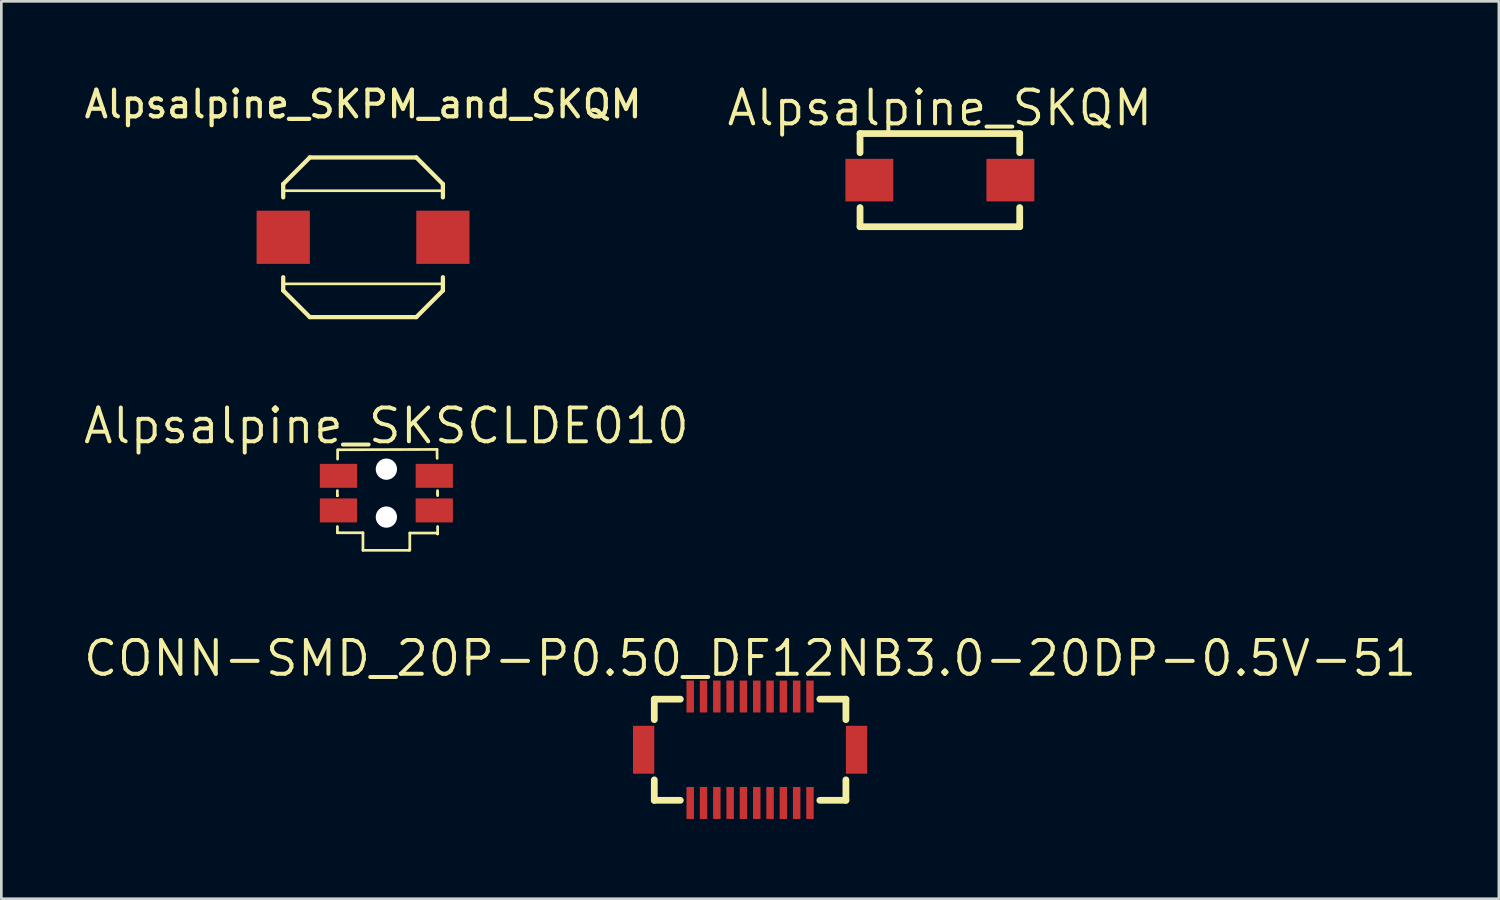
<source format=kicad_pcb>
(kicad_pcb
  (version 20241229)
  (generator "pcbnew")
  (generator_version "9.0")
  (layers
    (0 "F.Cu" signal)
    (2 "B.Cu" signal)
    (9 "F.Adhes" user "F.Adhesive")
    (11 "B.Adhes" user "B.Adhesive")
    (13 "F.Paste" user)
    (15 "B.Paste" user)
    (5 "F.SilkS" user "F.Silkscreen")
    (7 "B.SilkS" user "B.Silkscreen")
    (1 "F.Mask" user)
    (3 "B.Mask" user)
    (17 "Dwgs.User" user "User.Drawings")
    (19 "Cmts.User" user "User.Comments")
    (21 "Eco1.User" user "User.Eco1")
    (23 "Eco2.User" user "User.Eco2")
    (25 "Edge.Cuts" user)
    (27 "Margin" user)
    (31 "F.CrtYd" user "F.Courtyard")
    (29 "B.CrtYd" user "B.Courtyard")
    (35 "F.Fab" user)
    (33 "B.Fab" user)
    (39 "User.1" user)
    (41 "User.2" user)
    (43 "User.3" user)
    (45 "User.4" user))
  (footprint "Alpsalpine_SKSCLDE010"
    (layer "F.Cu")
    (at 11.468 15.479)
    (property "Reference" "Alpsalpine_SKSCLDE010" (at 0 -2.527 0) (layer "F.SilkS") (effects (font (size 1.27 1.27) (thickness 0.15))))
    (fp_line (start -1.843 0.094) (end -1.841 -0.094) (stroke (width 0.102) (type default)) (layer "F.SilkS"))
    (fp_line (start -1.843 0.094) (end -1.84 0.094) (stroke (width 0.102) (type default)) (layer "F.SilkS"))
    (fp_line (start -1.84 0.094) (end -1.84 0.094) (stroke (width 0.102) (type default)) (layer "F.SilkS"))
    (fp_line (start -1.84 1.256) (end -1.84 1.49) (stroke (width 0.102) (type default)) (layer "F.SilkS"))
    (fp_line (start -1.84 1.49) (end -0.89 1.49) (stroke (width 0.102) (type default)) (layer "F.SilkS"))
    (fp_line (start -1.833 -1.277) (end -1.831 -1.626) (stroke (width 0.102) (type default)) (layer "F.SilkS"))
    (fp_line (start -1.818 -1.629) (end 1.903 -1.642) (stroke (width 0.102) (type default)) (layer "F.SilkS"))
    (fp_line (start -0.89 1.49) (end -0.89 1.5) (stroke (width 0.102) (type default)) (layer "F.SilkS"))
    (fp_line (start -0.89 1.5) (end -0.88 1.5) (stroke (width 0.102) (type default)) (layer "F.SilkS"))
    (fp_line (start -0.88 1.5) (end -0.88 2.15) (stroke (width 0.102) (type default)) (layer "F.SilkS"))
    (fp_line (start -0.88 2.15) (end 0.87 2.15) (stroke (width 0.102) (type default)) (layer "F.SilkS"))
    (fp_line (start 0.87 2.12) (end 0.88 2.12) (stroke (width 0.102) (type default)) (layer "F.SilkS"))
    (fp_line (start 0.87 2.15) (end 0.87 2.12) (stroke (width 0.102) (type default)) (layer "F.SilkS"))
    (fp_line (start 0.88 1.5) (end 1.92 1.5) (stroke (width 0.102) (type default)) (layer "F.SilkS"))
    (fp_line (start 0.88 2.12) (end 0.88 1.5) (stroke (width 0.102) (type default)) (layer "F.SilkS"))
    (fp_line (start 1.903 -1.642) (end 1.907 -1.306) (stroke (width 0.102) (type default)) (layer "F.SilkS"))
    (fp_line (start 1.92 1.5) (end 1.92 1.53) (stroke (width 0.102) (type default)) (layer "F.SilkS"))
    (fp_line (start 1.92 1.53) (end 1.925 1.53) (stroke (width 0.102) (type default)) (layer "F.SilkS"))
    (fp_line (start 1.923 -0.094) (end 1.926 0.094) (stroke (width 0.102) (type default)) (layer "F.SilkS"))
    (fp_line (start 1.925 0.044) (end 1.925 -0.008) (stroke (width 0.102) (type default)) (layer "F.SilkS"))
    (fp_line (start 1.925 1.53) (end 1.925 1.256) (stroke (width 0.102) (type default)) (layer "F.SilkS"))
    (fp_circle (center -2.425 2.09) (end -2.395 2.09) (stroke (width 0.06) (type default)) (fill no) (layer "User.5"))
    (pad "" np_thru_hole circle (at 0 -0.9) (size 0.8 0.8) (drill 0.8) (layers "*.Cu" "*.Mask"))
    (pad "" np_thru_hole circle (at 0 0.9) (size 0.8 0.8) (drill 0.8) (layers "*.Cu" "*.Mask"))
    (pad "1" smd rect (at -1.8 0.65) (size 1.4 0.9) (layers "F.Cu" "F.Mask" "F.Paste"))
    (pad "2" smd rect (at 1.8 0.65) (size 1.4 0.9) (layers "F.Cu" "F.Mask" "F.Paste"))
    (pad "3" smd rect (at -1.8 -0.65) (size 1.4 0.9) (layers "F.Cu" "F.Mask" "F.Paste"))
    (pad "4" smd rect (at 1.8 -0.65) (size 1.4 0.9) (layers "F.Cu" "F.Mask" "F.Paste"))
    (zone (net_name "") (layer "Dwgs.User") (hatch edge 0.5) (priority 100) (connect_pads yes) (min_thickness 0) (filled_areas_thickness no) (fill yes) (polygon (pts (xy 10.578 16.959) (xy 12.338 16.959) (xy 12.358 16.959) (xy 12.358 17.64) (xy 10.578 17.64) (xy 10.578 17.619))) (filled_polygon (layer "Dwgs.User") (island) (pts (xy 10.578 16.959) (xy 12.338 16.959) (xy 12.358 16.959) (xy 12.358 17.64) (xy 10.578 17.64) (xy 10.578 17.619))))
    (zone (net_name "") (layer "User.3") (hatch edge 0.5) (priority 100) (connect_pads yes) (min_thickness 0) (filled_areas_thickness no) (fill yes) (polygon (pts (xy 13.218 16.91) (xy 13.218 14.02) (xy 9.718 14.02) (xy 9.718 16.91) (xy 10.618 16.91) (xy 10.618 17.57) (xy 12.318 17.57) (xy 12.318 16.919))) (filled_polygon (layer "User.3") (island) (pts (xy 13.218 16.91) (xy 13.218 14.02) (xy 9.718 14.02) (xy 9.718 16.91) (xy 10.618 16.91) (xy 10.618 17.57) (xy 12.318 17.57) (xy 12.318 16.919))))
    (zone (net_name "") (layer "User.4") (hatch edge 0.5) (priority 100) (connect_pads yes) (min_thickness 0) (filled_areas_thickness no) (fill yes) (polygon (pts (xy 9.043 14.479) (xy 10.043 14.479) (xy 10.043 15.18) (xy 9.043 15.18))) (filled_polygon (layer "User.4") (island) (pts (xy 9.043 14.479) (xy 10.043 14.479) (xy 10.043 15.18) (xy 9.043 15.18))))
    (zone (net_name "") (layer "User.4") (hatch edge 0.5) (priority 100) (connect_pads yes) (min_thickness 0) (filled_areas_thickness no) (fill yes) (polygon (pts (xy 9.043 15.78) (xy 10.043 15.78) (xy 10.043 16.48) (xy 9.043 16.48))) (filled_polygon (layer "User.4") (island) (pts (xy 9.043 15.78) (xy 10.043 15.78) (xy 10.043 16.48) (xy 9.043 16.48))))
    (zone (net_name "") (layer "User.4") (hatch edge 0.5) (priority 100) (connect_pads yes) (min_thickness 0) (filled_areas_thickness no) (fill yes) (polygon (pts (xy 12.893 14.479) (xy 13.893 14.479) (xy 13.893 15.18) (xy 12.893 15.18))) (filled_polygon (layer "User.4") (island) (pts (xy 12.893 14.479) (xy 13.893 14.479) (xy 13.893 15.18) (xy 12.893 15.18))))
    (zone (net_name "") (layer "User.4") (hatch edge 0.5) (priority 100) (connect_pads yes) (min_thickness 0) (filled_areas_thickness no) (fill yes) (polygon (pts (xy 12.893 15.78) (xy 13.893 15.78) (xy 13.893 16.48) (xy 12.893 16.48))) (filled_polygon (layer "User.4") (island) (pts (xy 12.893 15.78) (xy 13.893 15.78) (xy 13.893 16.48) (xy 12.893 16.48)))))
  (footprint "Alpsalpine_SKQM"
    (layer "F.Cu")
    (at 32.266 3.718)
    (property "Reference" "Alpsalpine_SKQM" (at 0 -2.712 0) (layer "F.SilkS") (effects (font (size 1.27 1.27) (thickness 0.15))))
    (fp_line (start -3 -1.75) (end -3 -1.031) (stroke (width 0.254) (type default)) (layer "F.SilkS"))
    (fp_line (start -3 -1.75) (end 3 -1.75) (stroke (width 0.254) (type default)) (layer "F.SilkS"))
    (fp_line (start -3 1.031) (end -3 1.75) (stroke (width 0.254) (type default)) (layer "F.SilkS"))
    (fp_line (start 3 -1.75) (end 3 -1.031) (stroke (width 0.254) (type default)) (layer "F.SilkS"))
    (fp_line (start 3 1.031) (end 3 1.75) (stroke (width 0.254) (type default)) (layer "F.SilkS"))
    (fp_line (start 3 1.75) (end -3 1.75) (stroke (width 0.254) (type default)) (layer "F.SilkS"))
    (fp_circle (center -3.15 1.75) (end -3.12 1.75) (stroke (width 0.06) (type default)) (fill no) (layer "User.5"))
    (pad "1" smd rect (at -2.65 0) (size 1.8 1.6) (layers "F.Cu" "F.Mask" "F.Paste"))
    (pad "2" smd rect (at 2.65 0) (size 1.8 1.6) (layers "F.Cu" "F.Mask" "F.Paste"))
    (zone (net_name "") (layer "User.3") (hatch edge 0.5) (priority 100) (connect_pads yes) (min_thickness 0) (filled_areas_thickness no) (fill yes) (polygon (pts (xy 29.266 5.468) (xy 29.266 1.968) (xy 35.266 1.968) (xy 35.266 5.468))) (filled_polygon (layer "User.3") (island) (pts (xy 29.266 5.468) (xy 29.266 1.968) (xy 35.266 1.968) (xy 35.266 5.468))))
    (zone (net_name "") (layer "User.4") (hatch edge 0.5) (priority 100) (connect_pads yes) (min_thickness 0) (filled_areas_thickness no) (fill yes) (polygon (pts (xy 29.116 3.218) (xy 30.116 3.218) (xy 30.116 4.218) (xy 29.116 4.218))) (filled_polygon (layer "User.4") (island) (pts (xy 29.116 3.218) (xy 30.116 3.218) (xy 30.116 4.218) (xy 29.116 4.218))))
    (zone (net_name "") (layer "User.4") (hatch edge 0.5) (priority 100) (connect_pads yes) (min_thickness 0) (filled_areas_thickness no) (fill yes) (polygon (pts (xy 34.416 3.218) (xy 35.416 3.218) (xy 35.416 4.218) (xy 34.416 4.218))) (filled_polygon (layer "User.4") (island) (pts (xy 34.416 3.218) (xy 35.416 3.218) (xy 35.416 4.218) (xy 34.416 4.218)))))
  (footprint "CONN-SMD_20P-P0.50_DF12NB3.0-20DP-0.5V-51"
    (layer "F.Cu")
    (at 25.135 25.122)
    (property "Reference" "CONN-SMD_20P-P0.50_DF12NB3.0-20DP-0.5V-51" (at 0 -3.435 0) (layer "F.SilkS") (effects (font (size 1.27 1.27) (thickness 0.15))))
    (fp_line (start -3.6 -1.9) (end -2.621 -1.9) (stroke (width 0.254) (type default)) (layer "F.SilkS"))
    (fp_line (start -3.6 -1.131) (end -3.6 -1.9) (stroke (width 0.254) (type default)) (layer "F.SilkS"))
    (fp_line (start -3.6 1.9) (end -3.6 1.131) (stroke (width 0.254) (type default)) (layer "F.SilkS"))
    (fp_line (start -2.621 1.9) (end -3.6 1.9) (stroke (width 0.254) (type default)) (layer "F.SilkS"))
    (fp_line (start 2.621 -1.9) (end 3.6 -1.9) (stroke (width 0.254) (type default)) (layer "F.SilkS"))
    (fp_line (start 3.6 -1.9) (end 3.6 -1.131) (stroke (width 0.254) (type default)) (layer "F.SilkS"))
    (fp_line (start 3.6 1.131) (end 3.6 1.9) (stroke (width 0.254) (type default)) (layer "F.SilkS"))
    (fp_line (start 3.6 1.9) (end 2.621 1.9) (stroke (width 0.254) (type default)) (layer "F.SilkS"))
    (fp_circle (center -4.05 2.3) (end -4.02 2.3) (stroke (width 0.06) (type default)) (fill no) (layer "User.5"))
    (pad "1" smd rect (at -2.25 2) (size 0.28 1.2) (layers "F.Cu" "F.Mask" "F.Paste"))
    (pad "2" smd rect (at -2.25 -2) (size 0.28 1.2) (layers "F.Cu" "F.Mask" "F.Paste"))
    (pad "3" smd rect (at -1.75 2) (size 0.28 1.2) (layers "F.Cu" "F.Mask" "F.Paste"))
    (pad "4" smd rect (at -1.75 -2) (size 0.28 1.2) (layers "F.Cu" "F.Mask" "F.Paste"))
    (pad "5" smd rect (at -1.25 2) (size 0.28 1.2) (layers "F.Cu" "F.Mask" "F.Paste"))
    (pad "6" smd rect (at -1.25 -2) (size 0.28 1.2) (layers "F.Cu" "F.Mask" "F.Paste"))
    (pad "7" smd rect (at -0.75 2) (size 0.28 1.2) (layers "F.Cu" "F.Mask" "F.Paste"))
    (pad "8" smd rect (at -0.75 -2) (size 0.28 1.2) (layers "F.Cu" "F.Mask" "F.Paste"))
    (pad "9" smd rect (at -0.25 2) (size 0.28 1.2) (layers "F.Cu" "F.Mask" "F.Paste"))
    (pad "10" smd rect (at -0.25 -2) (size 0.28 1.2) (layers "F.Cu" "F.Mask" "F.Paste"))
    (pad "11" smd rect (at 0.25 2) (size 0.28 1.2) (layers "F.Cu" "F.Mask" "F.Paste"))
    (pad "12" smd rect (at 0.25 -2) (size 0.28 1.2) (layers "F.Cu" "F.Mask" "F.Paste"))
    (pad "13" smd rect (at 0.75 2) (size 0.28 1.2) (layers "F.Cu" "F.Mask" "F.Paste"))
    (pad "14" smd rect (at 0.75 -2) (size 0.28 1.2) (layers "F.Cu" "F.Mask" "F.Paste"))
    (pad "15" smd rect (at 1.25 2) (size 0.28 1.2) (layers "F.Cu" "F.Mask" "F.Paste"))
    (pad "16" smd rect (at 1.25 -2) (size 0.28 1.2) (layers "F.Cu" "F.Mask" "F.Paste"))
    (pad "17" smd rect (at 1.75 2) (size 0.28 1.2) (layers "F.Cu" "F.Mask" "F.Paste"))
    (pad "18" smd rect (at 1.75 -2) (size 0.28 1.2) (layers "F.Cu" "F.Mask" "F.Paste"))
    (pad "19" smd rect (at 2.25 2) (size 0.28 1.2) (layers "F.Cu" "F.Mask" "F.Paste"))
    (pad "20" smd rect (at 2.25 -2) (size 0.28 1.2) (layers "F.Cu" "F.Mask" "F.Paste"))
    (pad "21" smd rect (at 4 0) (size 0.8 1.8) (layers "F.Cu" "F.Mask" "F.Paste"))
    (pad "22" smd rect (at -4 0) (size 0.8 1.8) (layers "F.Cu" "F.Mask" "F.Paste"))
    (zone (net_name "") (layer "User.3") (hatch edge 0.5) (priority 100) (connect_pads yes) (min_thickness 0) (filled_areas_thickness no) (fill yes) (polygon (pts (xy 21.535 27.021) (xy 21.535 23.221) (xy 28.735 23.221) (xy 28.735 27.021))) (filled_polygon (layer "User.3") (island) (pts (xy 21.535 27.021) (xy 21.535 23.221) (xy 28.735 23.221) (xy 28.735 27.021))))
    (zone (net_name "") (layer "User.4") (hatch edge 0.5) (priority 100) (connect_pads yes) (min_thickness 0) (filled_areas_thickness no) (fill yes) (polygon (pts (xy 21.085 24.372) (xy 21.585 24.372) (xy 21.585 25.872) (xy 21.085 25.872))) (filled_polygon (layer "User.4") (island) (pts (xy 21.085 24.372) (xy 21.585 24.372) (xy 21.585 25.872) (xy 21.085 25.872))))
    (zone (net_name "") (layer "User.4") (hatch edge 0.5) (priority 100) (connect_pads yes) (min_thickness 0) (filled_areas_thickness no) (fill yes) (polygon (pts (xy 22.76 22.822) (xy 23.01 22.822) (xy 23.01 23.622) (xy 22.76 23.622))) (filled_polygon (layer "User.4") (island) (pts (xy 22.76 22.822) (xy 23.01 22.822) (xy 23.01 23.622) (xy 22.76 23.622))))
    (zone (net_name "") (layer "User.4") (hatch edge 0.5) (priority 100) (connect_pads yes) (min_thickness 0) (filled_areas_thickness no) (fill yes) (polygon (pts (xy 22.76 26.622) (xy 23.01 26.622) (xy 23.01 27.422) (xy 22.76 27.422))) (filled_polygon (layer "User.4") (island) (pts (xy 22.76 26.622) (xy 23.01 26.622) (xy 23.01 27.422) (xy 22.76 27.422))))
    (zone (net_name "") (layer "User.4") (hatch edge 0.5) (priority 100) (connect_pads yes) (min_thickness 0) (filled_areas_thickness no) (fill yes) (polygon (pts (xy 23.26 22.822) (xy 23.51 22.822) (xy 23.51 23.622) (xy 23.26 23.622))) (filled_polygon (layer "User.4") (island) (pts (xy 23.26 22.822) (xy 23.51 22.822) (xy 23.51 23.622) (xy 23.26 23.622))))
    (zone (net_name "") (layer "User.4") (hatch edge 0.5) (priority 100) (connect_pads yes) (min_thickness 0) (filled_areas_thickness no) (fill yes) (polygon (pts (xy 23.26 26.622) (xy 23.51 26.622) (xy 23.51 27.422) (xy 23.26 27.422))) (filled_polygon (layer "User.4") (island) (pts (xy 23.26 26.622) (xy 23.51 26.622) (xy 23.51 27.422) (xy 23.26 27.422))))
    (zone (net_name "") (layer "User.4") (hatch edge 0.5) (priority 100) (connect_pads yes) (min_thickness 0) (filled_areas_thickness no) (fill yes) (polygon (pts (xy 23.76 22.822) (xy 24.01 22.822) (xy 24.01 23.622) (xy 23.76 23.622))) (filled_polygon (layer "User.4") (island) (pts (xy 23.76 22.822) (xy 24.01 22.822) (xy 24.01 23.622) (xy 23.76 23.622))))
    (zone (net_name "") (layer "User.4") (hatch edge 0.5) (priority 100) (connect_pads yes) (min_thickness 0) (filled_areas_thickness no) (fill yes) (polygon (pts (xy 23.76 26.622) (xy 24.01 26.622) (xy 24.01 27.422) (xy 23.76 27.422))) (filled_polygon (layer "User.4") (island) (pts (xy 23.76 26.622) (xy 24.01 26.622) (xy 24.01 27.422) (xy 23.76 27.422))))
    (zone (net_name "") (layer "User.4") (hatch edge 0.5) (priority 100) (connect_pads yes) (min_thickness 0) (filled_areas_thickness no) (fill yes) (polygon (pts (xy 24.26 22.822) (xy 24.51 22.822) (xy 24.51 23.622) (xy 24.26 23.622))) (filled_polygon (layer "User.4") (island) (pts (xy 24.26 22.822) (xy 24.51 22.822) (xy 24.51 23.622) (xy 24.26 23.622))))
    (zone (net_name "") (layer "User.4") (hatch edge 0.5) (priority 100) (connect_pads yes) (min_thickness 0) (filled_areas_thickness no) (fill yes) (polygon (pts (xy 24.26 26.622) (xy 24.51 26.622) (xy 24.51 27.422) (xy 24.26 27.422))) (filled_polygon (layer "User.4") (island) (pts (xy 24.26 26.622) (xy 24.51 26.622) (xy 24.51 27.422) (xy 24.26 27.422))))
    (zone (net_name "") (layer "User.4") (hatch edge 0.5) (priority 100) (connect_pads yes) (min_thickness 0) (filled_areas_thickness no) (fill yes) (polygon (pts (xy 24.76 22.822) (xy 25.01 22.822) (xy 25.01 23.622) (xy 24.76 23.622))) (filled_polygon (layer "User.4") (island) (pts (xy 24.76 22.822) (xy 25.01 22.822) (xy 25.01 23.622) (xy 24.76 23.622))))
    (zone (net_name "") (layer "User.4") (hatch edge 0.5) (priority 100) (connect_pads yes) (min_thickness 0) (filled_areas_thickness no) (fill yes) (polygon (pts (xy 24.76 26.622) (xy 25.01 26.622) (xy 25.01 27.422) (xy 24.76 27.422))) (filled_polygon (layer "User.4") (island) (pts (xy 24.76 26.622) (xy 25.01 26.622) (xy 25.01 27.422) (xy 24.76 27.422))))
    (zone (net_name "") (layer "User.4") (hatch edge 0.5) (priority 100) (connect_pads yes) (min_thickness 0) (filled_areas_thickness no) (fill yes) (polygon (pts (xy 25.26 22.822) (xy 25.51 22.822) (xy 25.51 23.622) (xy 25.26 23.622))) (filled_polygon (layer "User.4") (island) (pts (xy 25.26 22.822) (xy 25.51 22.822) (xy 25.51 23.622) (xy 25.26 23.622))))
    (zone (net_name "") (layer "User.4") (hatch edge 0.5) (priority 100) (connect_pads yes) (min_thickness 0) (filled_areas_thickness no) (fill yes) (polygon (pts (xy 25.26 26.622) (xy 25.51 26.622) (xy 25.51 27.422) (xy 25.26 27.422))) (filled_polygon (layer "User.4") (island) (pts (xy 25.26 26.622) (xy 25.51 26.622) (xy 25.51 27.422) (xy 25.26 27.422))))
    (zone (net_name "") (layer "User.4") (hatch edge 0.5) (priority 100) (connect_pads yes) (min_thickness 0) (filled_areas_thickness no) (fill yes) (polygon (pts (xy 25.76 22.822) (xy 26.01 22.822) (xy 26.01 23.622) (xy 25.76 23.622))) (filled_polygon (layer "User.4") (island) (pts (xy 25.76 22.822) (xy 26.01 22.822) (xy 26.01 23.622) (xy 25.76 23.622))))
    (zone (net_name "") (layer "User.4") (hatch edge 0.5) (priority 100) (connect_pads yes) (min_thickness 0) (filled_areas_thickness no) (fill yes) (polygon (pts (xy 25.76 26.622) (xy 26.01 26.622) (xy 26.01 27.422) (xy 25.76 27.422))) (filled_polygon (layer "User.4") (island) (pts (xy 25.76 26.622) (xy 26.01 26.622) (xy 26.01 27.422) (xy 25.76 27.422))))
    (zone (net_name "") (layer "User.4") (hatch edge 0.5) (priority 100) (connect_pads yes) (min_thickness 0) (filled_areas_thickness no) (fill yes) (polygon (pts (xy 26.26 22.822) (xy 26.51 22.822) (xy 26.51 23.622) (xy 26.26 23.622))) (filled_polygon (layer "User.4") (island) (pts (xy 26.26 22.822) (xy 26.51 22.822) (xy 26.51 23.622) (xy 26.26 23.622))))
    (zone (net_name "") (layer "User.4") (hatch edge 0.5) (priority 100) (connect_pads yes) (min_thickness 0) (filled_areas_thickness no) (fill yes) (polygon (pts (xy 26.26 26.622) (xy 26.51 26.622) (xy 26.51 27.422) (xy 26.26 27.422))) (filled_polygon (layer "User.4") (island) (pts (xy 26.26 26.622) (xy 26.51 26.622) (xy 26.51 27.422) (xy 26.26 27.422))))
    (zone (net_name "") (layer "User.4") (hatch edge 0.5) (priority 100) (connect_pads yes) (min_thickness 0) (filled_areas_thickness no) (fill yes) (polygon (pts (xy 26.76 22.822) (xy 27.01 22.822) (xy 27.01 23.622) (xy 26.76 23.622))) (filled_polygon (layer "User.4") (island) (pts (xy 26.76 22.822) (xy 27.01 22.822) (xy 27.01 23.622) (xy 26.76 23.622))))
    (zone (net_name "") (layer "User.4") (hatch edge 0.5) (priority 100) (connect_pads yes) (min_thickness 0) (filled_areas_thickness no) (fill yes) (polygon (pts (xy 26.76 26.622) (xy 27.01 26.622) (xy 27.01 27.422) (xy 26.76 27.422))) (filled_polygon (layer "User.4") (island) (pts (xy 26.76 26.622) (xy 27.01 26.622) (xy 27.01 27.422) (xy 26.76 27.422))))
    (zone (net_name "") (layer "User.4") (hatch edge 0.5) (priority 100) (connect_pads yes) (min_thickness 0) (filled_areas_thickness no) (fill yes) (polygon (pts (xy 27.26 22.822) (xy 27.51 22.822) (xy 27.51 23.622) (xy 27.26 23.622))) (filled_polygon (layer "User.4") (island) (pts (xy 27.26 22.822) (xy 27.51 22.822) (xy 27.51 23.622) (xy 27.26 23.622))))
    (zone (net_name "") (layer "User.4") (hatch edge 0.5) (priority 100) (connect_pads yes) (min_thickness 0) (filled_areas_thickness no) (fill yes) (polygon (pts (xy 27.26 26.622) (xy 27.51 26.622) (xy 27.51 27.422) (xy 27.26 27.422))) (filled_polygon (layer "User.4") (island) (pts (xy 27.26 26.622) (xy 27.51 26.622) (xy 27.51 27.422) (xy 27.26 27.422))))
    (zone (net_name "") (layer "User.4") (hatch edge 0.5) (priority 100) (connect_pads yes) (min_thickness 0) (filled_areas_thickness no) (fill yes) (polygon (pts (xy 28.685 24.372) (xy 29.185 24.372) (xy 29.185 25.872) (xy 28.685 25.872))) (filled_polygon (layer "User.4") (island) (pts (xy 28.685 24.372) (xy 29.185 24.372) (xy 29.185 25.872) (xy 28.685 25.872)))))
  (footprint "Alpsalpine_SKPM_and_SKQM"
    (layer "F.Cu")
    (at 10.592 5.866)
    (property "Reference" "Alpsalpine_SKPM_and_SKQM" (at 0 -5 0) (layer "F.SilkS") (effects (font (size 1 1) (thickness 0.16))))
    (attr smd)
    (fp_line (start -3 -2) (end -2 -3) (stroke (width 0.16) (type solid)) (layer "F.SilkS"))
    (fp_line (start -3 -1.75) (end 3 -1.75) (stroke (width 0.1) (type default)) (layer "F.SilkS"))
    (fp_line (start -3 -1.5) (end -3 -2) (stroke (width 0.16) (type solid)) (layer "F.SilkS"))
    (fp_line (start -3 1.75) (end 3 1.75) (stroke (width 0.1) (type default)) (layer "F.SilkS"))
    (fp_line (start -3 2) (end -3 1.5) (stroke (width 0.16) (type solid)) (layer "F.SilkS"))
    (fp_line (start -3 2) (end -2 3) (stroke (width 0.16) (type solid)) (layer "F.SilkS"))
    (fp_line (start -2 -3) (end 2 -3) (stroke (width 0.16) (type solid)) (layer "F.SilkS"))
    (fp_line (start -2 3) (end 2 3) (stroke (width 0.16) (type solid)) (layer "F.SilkS"))
    (fp_line (start 3 -2) (end 2 -3) (stroke (width 0.16) (type solid)) (layer "F.SilkS"))
    (fp_line (start 3 -1.5) (end 3 -2) (stroke (width 0.16) (type solid)) (layer "F.SilkS"))
    (fp_line (start 3 2) (end 2 3) (stroke (width 0.16) (type solid)) (layer "F.SilkS"))
    (fp_line (start 3 2) (end 3 1.5) (stroke (width 0.16) (type solid)) (layer "F.SilkS"))
    (pad "1" smd rect (at -3 0) (size 2 2) (layers "F.Cu" "F.Mask" "F.Paste"))
    (pad "2" smd rect (at 3 0) (size 2 2) (layers "F.Cu" "F.Mask" "F.Paste")))
  (gr_rect
    (start -3 -3)
    (end 53.27 30.721)
    (stroke (width 0.1) (type default))
    (fill no)
    (layer "Edge.Cuts")))
</source>
